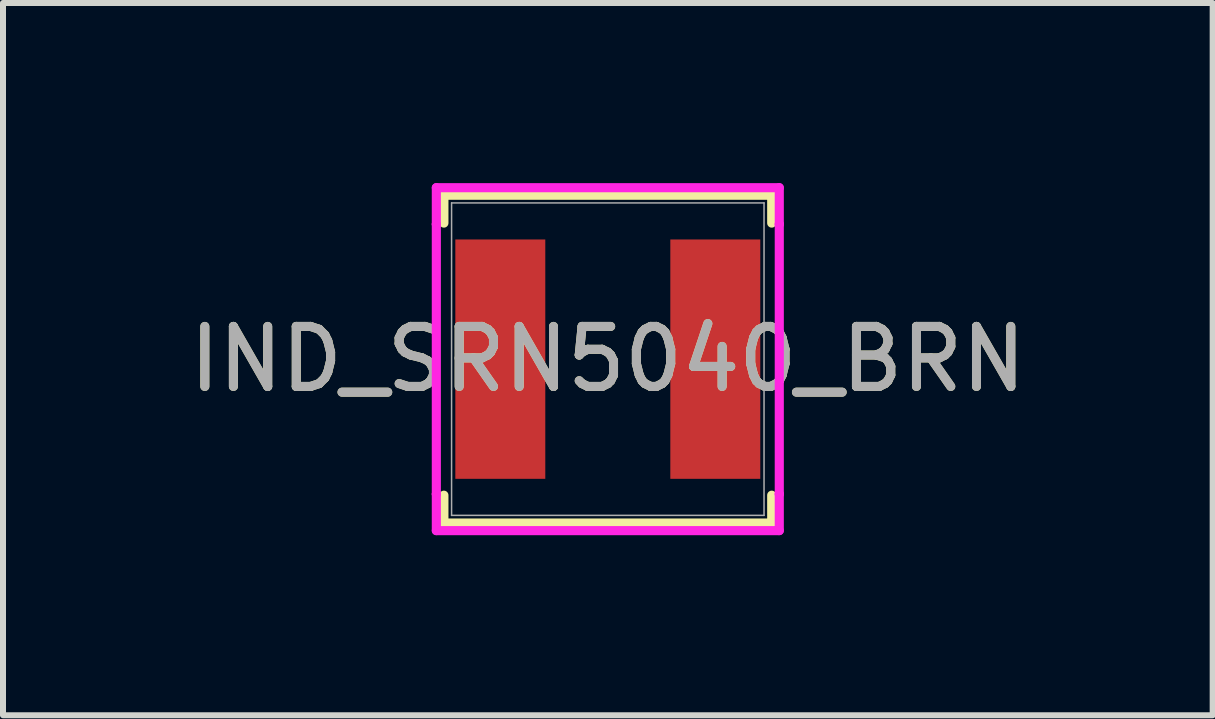
<source format=kicad_pcb>
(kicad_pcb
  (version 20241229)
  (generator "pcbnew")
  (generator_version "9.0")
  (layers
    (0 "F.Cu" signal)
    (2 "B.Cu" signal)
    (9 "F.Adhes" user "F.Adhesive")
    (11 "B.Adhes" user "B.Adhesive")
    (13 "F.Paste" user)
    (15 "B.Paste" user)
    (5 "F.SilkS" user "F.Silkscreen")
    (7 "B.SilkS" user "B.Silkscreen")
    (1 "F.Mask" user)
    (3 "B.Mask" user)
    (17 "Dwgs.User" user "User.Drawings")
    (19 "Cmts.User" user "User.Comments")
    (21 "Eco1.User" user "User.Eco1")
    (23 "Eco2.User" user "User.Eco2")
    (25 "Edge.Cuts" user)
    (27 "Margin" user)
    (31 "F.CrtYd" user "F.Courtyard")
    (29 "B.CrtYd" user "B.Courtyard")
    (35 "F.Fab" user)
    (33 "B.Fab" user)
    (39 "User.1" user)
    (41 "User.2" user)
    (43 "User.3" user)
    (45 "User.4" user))
  (footprint "IND_SRN5040_BRN"
    (layer "F.Cu")
    (at 7.077 2.934)
    (property "Reference" "IND_SRN5040_BRN" (at 0 0 0) (unlocked yes) (layer "F.SilkS") (effects (font (size 1 1) (thickness 0.15))))
    (attr smd)
    (fp_line (start -2.731 -2.731) (end -2.731 -2.267) (stroke (width 0.152) (type solid)) (layer "F.SilkS"))
    (fp_line (start -2.731 2.267) (end -2.731 2.731) (stroke (width 0.152) (type solid)) (layer "F.SilkS"))
    (fp_line (start -2.731 2.731) (end 2.731 2.731) (stroke (width 0.152) (type solid)) (layer "F.SilkS"))
    (fp_line (start 2.731 -2.731) (end -2.731 -2.731) (stroke (width 0.152) (type solid)) (layer "F.SilkS"))
    (fp_line (start 2.731 -2.267) (end 2.731 -2.731) (stroke (width 0.152) (type solid)) (layer "F.SilkS"))
    (fp_line (start 2.731 2.731) (end 2.731 2.267) (stroke (width 0.152) (type solid)) (layer "F.SilkS"))
    (fp_line (start -2.857 -2.857) (end 2.857 -2.857) (stroke (width 0.152) (type solid)) (layer "F.CrtYd"))
    (fp_line (start -2.857 -2.248) (end -2.857 -2.857) (stroke (width 0.152) (type solid)) (layer "F.CrtYd"))
    (fp_line (start -2.857 -2.248) (end -2.857 -2.248) (stroke (width 0.152) (type solid)) (layer "F.CrtYd"))
    (fp_line (start -2.857 2.248) (end -2.857 -2.248) (stroke (width 0.152) (type solid)) (layer "F.CrtYd"))
    (fp_line (start -2.857 2.248) (end -2.857 2.248) (stroke (width 0.152) (type solid)) (layer "F.CrtYd"))
    (fp_line (start -2.857 2.857) (end -2.857 2.248) (stroke (width 0.152) (type solid)) (layer "F.CrtYd"))
    (fp_line (start 2.857 -2.857) (end 2.857 -2.248) (stroke (width 0.152) (type solid)) (layer "F.CrtYd"))
    (fp_line (start 2.857 -2.248) (end 2.857 -2.248) (stroke (width 0.152) (type solid)) (layer "F.CrtYd"))
    (fp_line (start 2.857 -2.248) (end 2.857 2.248) (stroke (width 0.152) (type solid)) (layer "F.CrtYd"))
    (fp_line (start 2.857 2.248) (end 2.857 2.248) (stroke (width 0.152) (type solid)) (layer "F.CrtYd"))
    (fp_line (start 2.857 2.248) (end 2.857 2.857) (stroke (width 0.152) (type solid)) (layer "F.CrtYd"))
    (fp_line (start 2.857 2.857) (end -2.857 2.857) (stroke (width 0.152) (type solid)) (layer "F.CrtYd"))
    (fp_line (start -2.603 -2.603) (end -2.603 2.603) (stroke (width 0.025) (type solid)) (layer "F.Fab"))
    (fp_line (start -2.603 2.603) (end 2.603 2.603) (stroke (width 0.025) (type solid)) (layer "F.Fab"))
    (fp_line (start 2.603 -2.603) (end -2.603 -2.603) (stroke (width 0.025) (type solid)) (layer "F.Fab"))
    (fp_line (start 2.603 2.603) (end 2.603 -2.603) (stroke (width 0.025) (type solid)) (layer "F.Fab"))
    (fp_circle (center -2.527 0) (end -2.527 0) (stroke (width 0.025) (type solid)) (fill no) (layer "F.Fab"))
    (fp_text user "${REFERENCE}" (at 0 0 0) (unlocked yes) (layer "F.Fab") (effects (font (size 1 1) (thickness 0.15))))
    (pad "1" smd rect (at -1.791 0) (size 1.499 3.988) (layers "F.Cu" "F.Mask" "F.Paste"))
    (pad "2" smd rect (at 1.791 0) (size 1.499 3.988) (layers "F.Cu" "F.Mask" "F.Paste")))
  (gr_rect
    (start -3 -3)
    (end 17.155 8.867)
    (stroke (width 0.1) (type default))
    (fill no)
    (layer "Edge.Cuts")))
</source>
